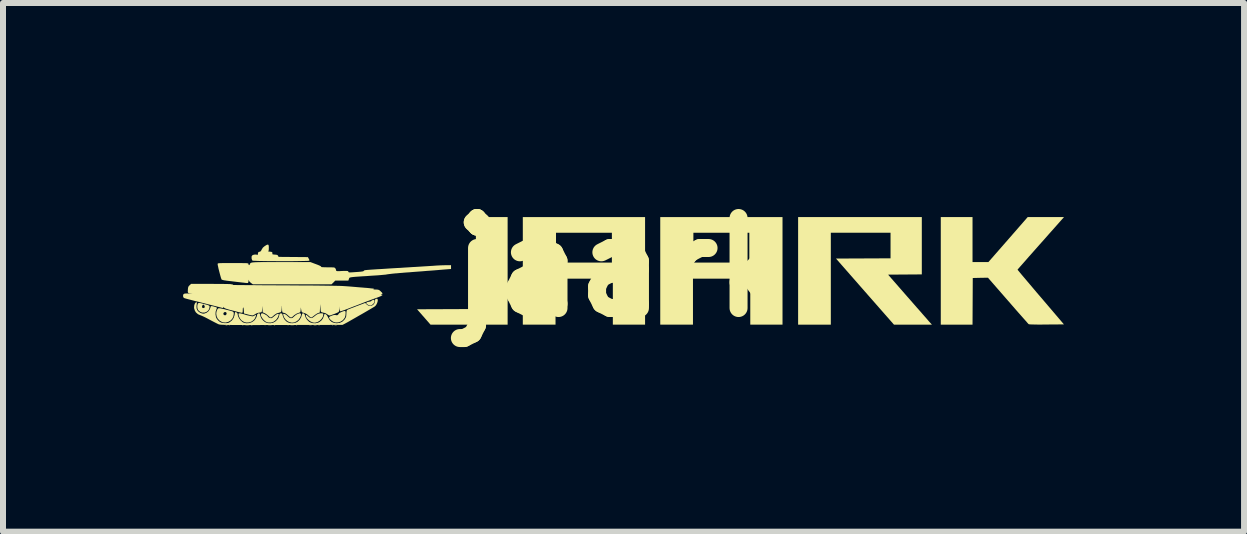
<source format=kicad_pcb>
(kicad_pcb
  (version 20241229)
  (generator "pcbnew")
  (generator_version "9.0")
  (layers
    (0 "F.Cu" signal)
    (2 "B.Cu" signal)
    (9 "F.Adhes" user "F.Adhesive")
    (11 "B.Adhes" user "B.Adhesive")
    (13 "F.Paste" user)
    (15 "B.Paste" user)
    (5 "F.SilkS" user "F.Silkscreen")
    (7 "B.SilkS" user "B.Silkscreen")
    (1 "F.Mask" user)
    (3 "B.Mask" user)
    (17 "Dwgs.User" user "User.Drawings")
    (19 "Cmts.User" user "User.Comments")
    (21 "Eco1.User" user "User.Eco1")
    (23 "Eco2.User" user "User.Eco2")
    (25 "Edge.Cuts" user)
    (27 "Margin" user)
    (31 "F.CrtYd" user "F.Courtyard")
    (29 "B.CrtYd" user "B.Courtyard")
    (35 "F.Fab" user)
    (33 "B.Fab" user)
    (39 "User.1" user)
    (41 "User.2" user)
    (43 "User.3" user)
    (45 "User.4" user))
  (footprint "jaark"
    (layer "F.Cu")
    (at 7.327 1.404)
    (property "Reference" "jaark" (at 0 0 0) (layer "F.SilkS") (effects (font (size 1.5 1.5) (thickness 0.3))))
    (attr board_only exclude_from_pos_files exclude_from_bom)
    (fp_poly (pts (xy -5.179 0.975) (xy -5.183 0.979) (xy -5.187 0.975) (xy -5.183 0.971)) (stroke (width 0) (type solid)) (fill yes) (layer "F.SilkS"))
    (fp_poly (pts (xy -6.548 0.974) (xy -6.55 0.978) (xy -6.558 0.978) (xy -6.566 0.976) (xy -6.563 0.974) (xy -6.55 0.973)) (stroke (width 0) (type solid)) (fill yes) (layer "F.SilkS"))
    (fp_poly (pts (xy -6.322 0.974) (xy -6.321 0.977) (xy -6.332 0.978) (xy -6.343 0.977) (xy -6.342 0.974) (xy -6.326 0.973)) (stroke (width 0) (type solid)) (fill yes) (layer "F.SilkS"))
    (fp_poly (pts (xy -6.172 0.974) (xy -6.171 0.977) (xy -6.182 0.978) (xy -6.193 0.977) (xy -6.192 0.974) (xy -6.176 0.973)) (stroke (width 0) (type solid)) (fill yes) (layer "F.SilkS"))
    (fp_poly (pts (xy -5.956 0.974) (xy -5.957 0.978) (xy -5.961 0.979) (xy -5.968 0.976) (xy -5.966 0.974) (xy -5.957 0.973)) (stroke (width 0) (type solid)) (fill yes) (layer "F.SilkS"))
    (fp_poly (pts (xy -5.793 0.974) (xy -5.792 0.977) (xy -5.803 0.978) (xy -5.814 0.977) (xy -5.813 0.974) (xy -5.797 0.973)) (stroke (width 0) (type solid)) (fill yes) (layer "F.SilkS"))
    (fp_poly (pts (xy -5.569 0.974) (xy -5.571 0.978) (xy -5.579 0.978) (xy -5.587 0.976) (xy -5.584 0.974) (xy -5.571 0.973)) (stroke (width 0) (type solid)) (fill yes) (layer "F.SilkS"))
    (fp_poly (pts (xy -5.426 0.974) (xy -5.429 0.978) (xy -5.437 0.978) (xy -5.445 0.976) (xy -5.442 0.974) (xy -5.429 0.973)) (stroke (width 0) (type solid)) (fill yes) (layer "F.SilkS"))
    (fp_poly (pts (xy -5.201 0.974) (xy -5.2 0.977) (xy -5.211 0.978) (xy -5.222 0.977) (xy -5.221 0.974) (xy -5.205 0.973)) (stroke (width 0) (type solid)) (fill yes) (layer "F.SilkS"))
    (fp_poly (pts (xy -5.051 0.974) (xy -5.05 0.977) (xy -5.061 0.978) (xy -5.072 0.977) (xy -5.071 0.974) (xy -5.055 0.973)) (stroke (width 0) (type solid)) (fill yes) (layer "F.SilkS"))
    (fp_poly (pts (xy -4.826 0.974) (xy -4.829 0.978) (xy -4.837 0.978) (xy -4.845 0.976) (xy -4.841 0.974) (xy -4.829 0.973)) (stroke (width 0) (type solid)) (fill yes) (layer "F.SilkS"))
    (fp_poly (pts (xy -6.587 0.974) (xy -6.585 0.976) (xy -6.596 0.977) (xy -6.605 0.977) (xy -6.62 0.976) (xy -6.622 0.974) (xy -6.618 0.973) (xy -6.598 0.972)) (stroke (width 0) (type solid)) (fill yes) (layer "F.SilkS"))
    (fp_poly (pts (xy -4.767 0.973) (xy -4.763 0.975) (xy -4.773 0.977) (xy -4.785 0.977) (xy -4.802 0.976) (xy -4.806 0.975) (xy -4.802 0.973) (xy -4.779 0.972)) (stroke (width 0) (type solid)) (fill yes) (layer "F.SilkS"))
    (fp_poly (pts (xy -5.102 0.973) (xy -5.098 0.975) (xy -5.107 0.976) (xy -5.128 0.977) (xy -5.148 0.976) (xy -5.156 0.975) (xy -5.15 0.973) (xy -5.15 0.973) (xy -5.124 0.972)) (stroke (width 0) (type solid)) (fill yes) (layer "F.SilkS"))
    (fp_poly (pts (xy -6.233 0.973) (xy -6.232 0.973) (xy -6.224 0.975) (xy -6.231 0.976) (xy -6.25 0.976) (xy -6.257 0.976) (xy -6.28 0.976) (xy -6.292 0.975) (xy -6.29 0.974) (xy -6.287 0.973) (xy -6.261 0.972)) (stroke (width 0) (type solid)) (fill yes) (layer "F.SilkS"))
    (fp_poly (pts (xy -5.854 0.973) (xy -5.853 0.973) (xy -5.845 0.975) (xy -5.852 0.976) (xy -5.871 0.976) (xy -5.878 0.976) (xy -5.901 0.976) (xy -5.913 0.975) (xy -5.911 0.974) (xy -5.908 0.973) (xy -5.882 0.972)) (stroke (width 0) (type solid)) (fill yes) (layer "F.SilkS"))
    (fp_poly (pts (xy -5.483 0.973) (xy -5.482 0.973) (xy -5.474 0.975) (xy -5.481 0.976) (xy -5.5 0.976) (xy -5.507 0.976) (xy -5.53 0.976) (xy -5.542 0.975) (xy -5.539 0.974) (xy -5.537 0.973) (xy -5.511 0.972)) (stroke (width 0) (type solid)) (fill yes) (layer "F.SilkS"))
    (fp_poly (pts (xy -1.919 0.059) (xy -1.919 0.955) (xy -2.561 0.955) (xy -3.204 0.955) (xy -3.316 0.827) (xy -3.428 0.699) (xy -2.938 0.697) (xy -2.448 0.695) (xy -2.448 -0.071) (xy -2.448 -0.837) (xy -2.183 -0.837) (xy -1.919 -0.837)) (stroke (width 0) (type solid)) (fill yes) (layer "F.SilkS"))
    (fp_poly (pts (xy -4.142 0.543) (xy -4.136 0.559) (xy -4.14 0.581) (xy -4.154 0.604) (xy -4.165 0.615) (xy -4.189 0.633) (xy -4.209 0.638) (xy -4.231 0.632) (xy -4.245 0.624) (xy -4.263 0.612) (xy -4.274 0.603) (xy -4.274 0.602) (xy -4.274 0.591) (xy -4.261 0.581) (xy -4.24 0.575) (xy -4.228 0.573) (xy -4.207 0.57) (xy -4.195 0.564) (xy -4.194 0.563) (xy -4.183 0.554) (xy -4.166 0.545) (xy -4.15 0.541)) (stroke (width 0) (type solid)) (fill yes) (layer "F.SilkS"))
    (fp_poly (pts (xy 0.371 0.059) (xy 0.371 0.955) (xy 0.103 0.955) (xy -0.166 0.955) (xy -0.166 0.572) (xy -0.166 0.189) (xy -0.643 0.189) (xy -1.121 0.189) (xy -1.121 0.572) (xy -1.121 0.955) (xy -1.394 0.955) (xy -1.666 0.955) (xy -1.666 0.059) (xy -1.666 -0.328) (xy -1.113 -0.328) (xy -1.113 -0.079) (xy -0.647 -0.079) (xy -0.182 -0.079) (xy -0.182 -0.328) (xy -0.182 -0.576) (xy -0.647 -0.576) (xy -1.113 -0.576) (xy -1.113 -0.328) (xy -1.666 -0.328) (xy -1.666 -0.837) (xy -0.647 -0.837) (xy 0.371 -0.837)) (stroke (width 0) (type solid)) (fill yes) (layer "F.SilkS"))
    (fp_poly (pts (xy 2.661 0.059) (xy 2.661 0.955) (xy 2.392 0.955) (xy 2.124 0.955) (xy 2.124 0.572) (xy 2.124 0.189) (xy 1.646 0.189) (xy 1.169 0.189) (xy 1.169 0.572) (xy 1.169 0.955) (xy 0.896 0.955) (xy 0.624 0.955) (xy 0.624 0.059) (xy 0.624 -0.328) (xy 1.176 -0.328) (xy 1.176 -0.079) (xy 1.642 -0.079) (xy 2.108 -0.079) (xy 2.108 -0.328) (xy 2.108 -0.576) (xy 1.642 -0.576) (xy 1.176 -0.576) (xy 1.176 -0.328) (xy 0.624 -0.328) (xy 0.624 -0.837) (xy 1.642 -0.837) (xy 2.661 -0.837)) (stroke (width 0) (type solid)) (fill yes) (layer "F.SilkS"))
    (fp_poly (pts (xy -5.004 0.767) (xy -4.993 0.771) (xy -4.99 0.78) (xy -4.99 0.786) (xy -4.997 0.822) (xy -5.017 0.856) (xy -5.046 0.887) (xy -5.081 0.909) (xy -5.098 0.915) (xy -5.126 0.922) (xy -5.147 0.922) (xy -5.171 0.917) (xy -5.173 0.916) (xy -5.206 0.901) (xy -5.236 0.879) (xy -5.261 0.852) (xy -5.278 0.824) (xy -5.282 0.804) (xy -5.28 0.793) (xy -5.274 0.791) (xy -5.26 0.801) (xy -5.242 0.818) (xy -5.215 0.839) (xy -5.191 0.846) (xy -5.167 0.838) (xy -5.141 0.819) (xy -5.105 0.79) (xy -5.072 0.773) (xy -5.038 0.766) (xy -5.026 0.766)) (stroke (width 0) (type solid)) (fill yes) (layer "F.SilkS"))
    (fp_poly (pts (xy -6.38 0.767) (xy -6.369 0.768) (xy -6.338 0.775) (xy -6.306 0.784) (xy -6.3 0.786) (xy -6.273 0.795) (xy -6.248 0.801) (xy -6.242 0.802) (xy -6.218 0.807) (xy -6.191 0.813) (xy -6.191 0.813) (xy -6.17 0.817) (xy -6.151 0.812) (xy -6.136 0.804) (xy -6.109 0.787) (xy -6.114 0.813) (xy -6.129 0.851) (xy -6.156 0.883) (xy -6.191 0.906) (xy -6.232 0.919) (xy -6.274 0.92) (xy -6.303 0.913) (xy -6.329 0.9) (xy -6.351 0.885) (xy -6.354 0.883) (xy -6.373 0.86) (xy -6.39 0.83) (xy -6.401 0.8) (xy -6.403 0.783) (xy -6.402 0.771) (xy -6.396 0.766)) (stroke (width 0) (type solid)) (fill yes) (layer "F.SilkS"))
    (fp_poly (pts (xy -5.365 0.772) (xy -5.361 0.789) (xy -5.367 0.814) (xy -5.377 0.836) (xy -5.403 0.874) (xy -5.439 0.902) (xy -5.47 0.916) (xy -5.494 0.921) (xy -5.514 0.922) (xy -5.536 0.918) (xy -5.552 0.914) (xy -5.585 0.899) (xy -5.616 0.873) (xy -5.64 0.841) (xy -5.652 0.814) (xy -5.657 0.793) (xy -5.659 0.779) (xy -5.658 0.776) (xy -5.645 0.774) (xy -5.626 0.781) (xy -5.602 0.797) (xy -5.584 0.814) (xy -5.555 0.839) (xy -5.53 0.848) (xy -5.505 0.843) (xy -5.48 0.822) (xy -5.476 0.818) (xy -5.447 0.793) (xy -5.414 0.775) (xy -5.383 0.766) (xy -5.377 0.766)) (stroke (width 0) (type solid)) (fill yes) (layer "F.SilkS"))
    (fp_poly (pts (xy -4.622 0.733) (xy -4.618 0.751) (xy -4.619 0.776) (xy -4.622 0.804) (xy -4.629 0.83) (xy -4.637 0.846) (xy -4.664 0.88) (xy -4.7 0.904) (xy -4.742 0.918) (xy -4.785 0.919) (xy -4.811 0.913) (xy -4.836 0.9) (xy -4.861 0.882) (xy -4.881 0.862) (xy -4.893 0.844) (xy -4.895 0.836) (xy -4.888 0.825) (xy -4.87 0.814) (xy -4.846 0.804) (xy -4.819 0.796) (xy -4.796 0.793) (xy -4.781 0.796) (xy -4.76 0.799) (xy -4.743 0.788) (xy -4.732 0.771) (xy -4.721 0.761) (xy -4.7 0.75) (xy -4.674 0.738) (xy -4.649 0.73) (xy -4.63 0.726) (xy -4.629 0.726)) (stroke (width 0) (type solid)) (fill yes) (layer "F.SilkS"))
    (fp_poly (pts (xy 4.982 -0.359) (xy 4.982 0.118) (xy 4.701 0.12) (xy 4.42 0.122) (xy 4.738 0.486) (xy 4.796 0.552) (xy 4.852 0.616) (xy 4.905 0.677) (xy 4.955 0.733) (xy 4.999 0.784) (xy 5.037 0.827) (xy 5.068 0.862) (xy 5.09 0.888) (xy 5.102 0.902) (xy 5.15 0.955) (xy 4.834 0.955) (xy 4.518 0.955) (xy 4.035 0.405) (xy 3.552 -0.146) (xy 4.006 -0.148) (xy 4.461 -0.15) (xy 4.461 -0.363) (xy 4.461 -0.576) (xy 3.964 -0.576) (xy 3.466 -0.576) (xy 3.466 0.189) (xy 3.466 0.955) (xy 3.194 0.955) (xy 2.921 0.955) (xy 2.921 0.059) (xy 2.921 -0.837) (xy 3.952 -0.837) (xy 4.982 -0.837)) (stroke (width 0) (type solid)) (fill yes) (layer "F.SilkS"))
    (fp_poly (pts (xy -5.99 0.77) (xy -5.969 0.78) (xy -5.946 0.793) (xy -5.926 0.806) (xy -5.915 0.818) (xy -5.914 0.821) (xy -5.907 0.83) (xy -5.891 0.839) (xy -5.871 0.846) (xy -5.854 0.847) (xy -5.851 0.847) (xy -5.839 0.839) (xy -5.82 0.824) (xy -5.806 0.813) (xy -5.78 0.792) (xy -5.757 0.778) (xy -5.74 0.775) (xy -5.734 0.777) (xy -5.732 0.789) (xy -5.738 0.809) (xy -5.749 0.834) (xy -5.764 0.858) (xy -5.778 0.876) (xy -5.816 0.905) (xy -5.859 0.92) (xy -5.906 0.92) (xy -5.928 0.915) (xy -5.954 0.902) (xy -5.98 0.88) (xy -6.003 0.853) (xy -6.021 0.825) (xy -6.03 0.798) (xy -6.029 0.777) (xy -6.019 0.768) (xy -6.006 0.766)) (stroke (width 0) (type solid)) (fill yes) (layer "F.SilkS"))
    (fp_poly (pts (xy -7.055 0.593) (xy -7.035 0.597) (xy -7.004 0.604) (xy -6.996 0.607) (xy -6.952 0.618) (xy -6.922 0.626) (xy -6.903 0.633) (xy -6.891 0.64) (xy -6.886 0.648) (xy -6.885 0.658) (xy -6.885 0.661) (xy -6.892 0.695) (xy -6.911 0.723) (xy -6.939 0.744) (xy -6.972 0.755) (xy -7.007 0.755) (xy -7.04 0.743) (xy -7.061 0.727) (xy -7.077 0.71) (xy -7.077 0.71) (xy -7.086 0.687) (xy -7.09 0.659) (xy -7.011 0.659) (xy -7.006 0.674) (xy -7.006 0.674) (xy -6.992 0.679) (xy -6.975 0.676) (xy -6.967 0.667) (xy -6.966 0.651) (xy -6.972 0.636) (xy -6.981 0.623) (xy -6.991 0.623) (xy -6.996 0.626) (xy -7.008 0.64) (xy -7.011 0.659) (xy -7.09 0.659) (xy -7.09 0.658) (xy -7.088 0.629) (xy -7.081 0.606) (xy -7.079 0.604) (xy -7.073 0.597) (xy -7.066 0.593)) (stroke (width 0) (type solid)) (fill yes) (layer "F.SilkS"))
    (fp_poly (pts (xy -6.701 0.685) (xy -6.668 0.692) (xy -6.63 0.7) (xy -6.621 0.703) (xy -6.572 0.715) (xy -6.536 0.725) (xy -6.511 0.732) (xy -6.495 0.739) (xy -6.487 0.746) (xy -6.483 0.755) (xy -6.482 0.767) (xy -6.482 0.78) (xy -6.49 0.822) (xy -6.509 0.859) (xy -6.539 0.889) (xy -6.576 0.91) (xy -6.617 0.92) (xy -6.66 0.917) (xy -6.675 0.913) (xy -6.717 0.889) (xy -6.749 0.856) (xy -6.768 0.815) (xy -6.774 0.774) (xy -6.774 0.771) (xy -6.656 0.771) (xy -6.652 0.787) (xy -6.642 0.796) (xy -6.623 0.8) (xy -6.608 0.79) (xy -6.601 0.772) (xy -6.601 0.77) (xy -6.607 0.752) (xy -6.617 0.746) (xy -6.636 0.746) (xy -6.649 0.756) (xy -6.656 0.771) (xy -6.774 0.771) (xy -6.771 0.743) (xy -6.762 0.714) (xy -6.75 0.692) (xy -6.738 0.682) (xy -6.726 0.682)) (stroke (width 0) (type solid)) (fill yes) (layer "F.SilkS"))
    (fp_poly (pts (xy 5.827 -0.462) (xy 5.827 -0.087) (xy 5.959 -0.087) (xy 6.091 -0.087) (xy 6.419 -0.462) (xy 6.746 -0.837) (xy 7.048 -0.837) (xy 7.351 -0.837) (xy 7.203 -0.67) (xy 7.106 -0.561) (xy 7.019 -0.462) (xy 6.941 -0.375) (xy 6.873 -0.298) (xy 6.813 -0.23) (xy 6.761 -0.172) (xy 6.717 -0.121) (xy 6.68 -0.079) (xy 6.649 -0.044) (xy 6.625 -0.017) (xy 6.606 0.005) (xy 6.592 0.021) (xy 6.583 0.032) (xy 6.578 0.038) (xy 6.577 0.04) (xy 6.582 0.046) (xy 6.597 0.064) (xy 6.62 0.092) (xy 6.651 0.129) (xy 6.689 0.174) (xy 6.733 0.226) (xy 6.783 0.285) (xy 6.838 0.35) (xy 6.896 0.419) (xy 6.958 0.491) (xy 6.964 0.498) (xy 7.35 0.951) (xy 7.061 0.953) (xy 6.979 0.954) (xy 6.912 0.954) (xy 6.858 0.953) (xy 6.817 0.952) (xy 6.788 0.951) (xy 6.77 0.949) (xy 6.761 0.946) (xy 6.761 0.946) (xy 6.754 0.939) (xy 6.738 0.921) (xy 6.713 0.892) (xy 6.68 0.855) (xy 6.641 0.811) (xy 6.595 0.759) (xy 6.545 0.702) (xy 6.491 0.64) (xy 6.434 0.574) (xy 6.417 0.555) (xy 6.084 0.173) (xy 5.958 0.175) (xy 5.831 0.178) (xy 5.829 0.567) (xy 5.827 0.955) (xy 5.562 0.955) (xy 5.298 0.955) (xy 5.298 0.059) (xy 5.298 -0.837) (xy 5.562 -0.837) (xy 5.827 -0.837)) (stroke (width 0) (type solid)) (fill yes) (layer "F.SilkS"))
    (fp_poly (pts (xy -5.904 -0.374) (xy -5.899 -0.356) (xy -5.898 -0.325) (xy -5.898 -0.324) (xy -5.899 -0.29) (xy -5.904 -0.27) (xy -5.908 -0.266) (xy -5.907 -0.263) (xy -5.893 -0.262) (xy -5.881 -0.261) (xy -5.853 -0.257) (xy -5.839 -0.247) (xy -5.838 -0.23) (xy -5.84 -0.225) (xy -5.839 -0.219) (xy -5.828 -0.215) (xy -5.806 -0.212) (xy -5.798 -0.212) (xy -5.771 -0.209) (xy -5.755 -0.205) (xy -5.747 -0.196) (xy -5.744 -0.192) (xy -5.736 -0.174) (xy -5.492 -0.172) (xy -5.247 -0.17) (xy -5.233 -0.144) (xy -5.224 -0.126) (xy -5.222 -0.112) (xy -5.223 -0.111) (xy -5.232 -0.109) (xy -5.255 -0.107) (xy -5.29 -0.106) (xy -5.336 -0.105) (xy -5.391 -0.104) (xy -5.454 -0.103) (xy -5.522 -0.102) (xy -5.595 -0.102) (xy -5.669 -0.102) (xy -5.744 -0.102) (xy -5.818 -0.103) (xy -5.89 -0.103) (xy -5.957 -0.104) (xy -6.018 -0.105) (xy -6.071 -0.106) (xy -6.115 -0.108) (xy -6.147 -0.109) (xy -6.167 -0.111) (xy -6.172 -0.113) (xy -6.179 -0.127) (xy -6.185 -0.148) (xy -6.185 -0.152) (xy -6.185 -0.181) (xy -6.172 -0.201) (xy -6.146 -0.211) (xy -6.123 -0.213) (xy -6.098 -0.211) (xy -6.087 -0.205) (xy -6.086 -0.203) (xy -6.085 -0.204) (xy -6.082 -0.217) (xy -6.08 -0.225) (xy -6.076 -0.246) (xy -6.068 -0.256) (xy -6.054 -0.259) (xy -6.038 -0.264) (xy -6.026 -0.278) (xy -6.017 -0.296) (xy -5.997 -0.328) (xy -5.967 -0.353) (xy -5.964 -0.355) (xy -5.935 -0.373) (xy -5.915 -0.379)) (stroke (width 0) (type solid)) (fill yes) (layer "F.SilkS"))
    (fp_poly (pts (xy -5.823 -0.087) (xy -5.726 -0.087) (xy -5.694 -0.087) (xy -5.204 -0.087) (xy -5.138 -0.062) (xy -5.092 -0.045) (xy -5.06 -0.032) (xy -5.039 -0.022) (xy -5.028 -0.015) (xy -5.025 -0.009) (xy -5.026 -0.007) (xy -5.02 -0.004) (xy -5 -0.002) (xy -4.968 -0.001) (xy -4.925 -0.000016) (xy -4.916 0) (xy -4.871 0.000121) (xy -4.839 0.001) (xy -4.818 0.002) (xy -4.805 0.005) (xy -4.796 0.009) (xy -4.791 0.015) (xy -4.789 0.018) (xy -4.78 0.036) (xy -4.777 0.05) (xy -4.776 0.056) (xy -4.771 0.06) (xy -4.761 0.063) (xy -4.742 0.063) (xy -4.712 0.063) (xy -4.677 0.061) (xy -4.636 0.06) (xy -4.607 0.06) (xy -4.59 0.061) (xy -4.58 0.063) (xy -4.575 0.068) (xy -4.573 0.072) (xy -4.57 0.08) (xy -4.562 0.084) (xy -4.547 0.085) (xy -4.521 0.084) (xy -4.505 0.083) (xy -4.447 0.079) (xy -4.403 0.076) (xy -4.37 0.073) (xy -4.348 0.07) (xy -4.333 0.068) (xy -4.323 0.065) (xy -4.318 0.061) (xy -4.315 0.058) (xy -4.313 0.055) (xy -4.309 0.052) (xy -4.304 0.05) (xy -4.296 0.048) (xy -4.282 0.046) (xy -4.262 0.044) (xy -4.234 0.042) (xy -4.197 0.039) (xy -4.15 0.036) (xy -4.091 0.032) (xy -4.018 0.028) (xy -3.956 0.024) (xy -3.898 0.02) (xy -3.833 0.016) (xy -3.766 0.012) (xy -3.704 0.009) (xy -3.691 0.008) (xy -3.634 0.004) (xy -3.57 0.000229) (xy -3.506 -0.004) (xy -3.448 -0.007) (xy -3.435 -0.008) (xy -3.384 -0.011) (xy -3.323 -0.015) (xy -3.258 -0.019) (xy -3.196 -0.023) (xy -3.162 -0.025) (xy -3.109 -0.029) (xy -3.055 -0.032) (xy -3.004 -0.034) (xy -2.962 -0.035) (xy -2.937 -0.035) (xy -2.862 -0.036) (xy -2.862 -0.004) (xy -2.862 0.028) (xy -2.929 0.033) (xy -2.954 0.035) (xy -2.992 0.038) (xy -3.04 0.042) (xy -3.097 0.047) (xy -3.159 0.052) (xy -3.224 0.057) (xy -3.257 0.059) (xy -3.352 0.067) (xy -3.433 0.073) (xy -3.501 0.078) (xy -3.558 0.083) (xy -3.605 0.086) (xy -3.644 0.089) (xy -3.676 0.092) (xy -3.703 0.094) (xy -3.727 0.096) (xy -3.748 0.098) (xy -3.768 0.1) (xy -3.789 0.101) (xy -3.798 0.102) (xy -3.839 0.106) (xy -3.879 0.111) (xy -3.913 0.115) (xy -3.931 0.118) (xy -3.954 0.122) (xy -3.989 0.125) (xy -4.032 0.129) (xy -4.078 0.133) (xy -4.093 0.134) (xy -4.19 0.14) (xy -4.272 0.146) (xy -4.341 0.15) (xy -4.397 0.154) (xy -4.443 0.157) (xy -4.479 0.16) (xy -4.507 0.163) (xy -4.527 0.166) (xy -4.541 0.169) (xy -4.55 0.172) (xy -4.556 0.176) (xy -4.559 0.18) (xy -4.56 0.186) (xy -4.562 0.191) (xy -4.563 0.194) (xy -4.573 0.221) (xy -4.682 0.221) (xy -4.791 0.221) (xy -4.822 0.253) (xy -4.854 0.284) (xy -5.509 0.284) (xy -6.163 0.284) (xy -6.196 0.26) (xy -6.221 0.237) (xy -6.232 0.216) (xy -6.232 0.215) (xy -6.234 0.206) (xy -6.236 0.213) (xy -6.236 0.227) (xy -6.239 0.25) (xy -6.247 0.261) (xy -6.262 0.262) (xy -6.262 0.262) (xy -6.271 0.261) (xy -6.293 0.259) (xy -6.323 0.255) (xy -6.345 0.253) (xy -6.387 0.248) (xy -6.432 0.243) (xy -6.471 0.238) (xy -6.482 0.237) (xy -6.521 0.232) (xy -6.565 0.227) (xy -6.607 0.222) (xy -6.608 0.221) (xy -6.64 0.217) (xy -6.666 0.211) (xy -6.682 0.205) (xy -6.685 0.203) (xy -6.689 0.193) (xy -6.697 0.17) (xy -6.706 0.138) (xy -6.716 0.101) (xy -6.726 0.062) (xy -6.736 0.023) (xy -6.743 -0.011) (xy -6.749 -0.038) (xy -6.751 -0.055) (xy -6.751 -0.055) (xy -6.75 -0.059) (xy -6.748 -0.063) (xy -6.743 -0.066) (xy -6.732 -0.068) (xy -6.715 -0.069) (xy -6.69 -0.07) (xy -6.655 -0.071) (xy -6.609 -0.071) (xy -6.55 -0.071) (xy -6.494 -0.071) (xy -6.424 -0.071) (xy -6.368 -0.071) (xy -6.324 -0.07) (xy -6.291 -0.07) (xy -6.268 -0.069) (xy -6.253 -0.067) (xy -6.244 -0.065) (xy -6.239 -0.062) (xy -6.238 -0.058) (xy -6.237 -0.056) (xy -6.234 -0.04) (xy -6.225 -0.036) (xy -6.216 -0.046) (xy -6.215 -0.049) (xy -6.212 -0.057) (xy -6.209 -0.064) (xy -6.204 -0.069) (xy -6.197 -0.074) (xy -6.186 -0.078) (xy -6.17 -0.081) (xy -6.148 -0.083) (xy -6.119 -0.085) (xy -6.081 -0.086) (xy -6.034 -0.087) (xy -5.976 -0.087) (xy -5.906 -0.087)) (stroke (width 0) (type solid)) (fill yes) (layer "F.SilkS"))
    (fp_poly (pts (xy -4.09 0.525) (xy -4.083 0.538) (xy -4.083 0.56) (xy -4.09 0.586) (xy -4.102 0.614) (xy -4.118 0.638) (xy -4.134 0.653) (xy -4.147 0.661) (xy -4.172 0.676) (xy -4.206 0.696) (xy -4.247 0.72) (xy -4.295 0.748) (xy -4.345 0.777) (xy -4.398 0.807) (xy -4.45 0.837) (xy -4.499 0.865) (xy -4.543 0.89) (xy -4.581 0.912) (xy -4.611 0.928) (xy -4.627 0.937) (xy -4.67 0.959) (xy -5.685 0.961) (xy -5.833 0.961) (xy -5.965 0.961) (xy -6.084 0.962) (xy -6.189 0.962) (xy -6.282 0.962) (xy -6.364 0.961) (xy -6.434 0.961) (xy -6.494 0.961) (xy -6.546 0.96) (xy -6.589 0.96) (xy -6.624 0.959) (xy -6.653 0.958) (xy -6.676 0.957) (xy -6.694 0.956) (xy -6.708 0.955) (xy -6.718 0.953) (xy -6.726 0.951) (xy -6.733 0.95) (xy -6.735 0.949) (xy -6.754 0.94) (xy -6.784 0.925) (xy -6.821 0.906) (xy -6.861 0.885) (xy -6.882 0.874) (xy -6.923 0.852) (xy -6.962 0.832) (xy -6.996 0.816) (xy -7.021 0.805) (xy -7.029 0.802) (xy -7.077 0.782) (xy -7.112 0.752) (xy -7.13 0.723) (xy -7.144 0.678) (xy -7.141 0.635) (xy -7.132 0.608) (xy -7.12 0.59) (xy -7.108 0.581) (xy -7.099 0.582) (xy -7.097 0.593) (xy -7.097 0.596) (xy -7.103 0.647) (xy -7.101 0.687) (xy -7.088 0.717) (xy -7.066 0.741) (xy -7.041 0.757) (xy -7.013 0.768) (xy -6.989 0.772) (xy -6.971 0.77) (xy -6.936 0.757) (xy -6.904 0.732) (xy -6.882 0.701) (xy -6.877 0.688) (xy -6.87 0.667) (xy -6.866 0.652) (xy -6.865 0.65) (xy -6.859 0.646) (xy -6.843 0.647) (xy -6.816 0.653) (xy -6.791 0.66) (xy -6.772 0.667) (xy -6.764 0.67) (xy -6.764 0.68) (xy -6.77 0.698) (xy -6.772 0.703) (xy -6.784 0.739) (xy -6.786 0.782) (xy -6.78 0.823) (xy -6.77 0.849) (xy -6.753 0.873) (xy -6.73 0.896) (xy -6.72 0.904) (xy -6.697 0.918) (xy -6.675 0.925) (xy -6.645 0.929) (xy -6.634 0.93) (xy -6.601 0.93) (xy -6.578 0.927) (xy -6.558 0.919) (xy -6.55 0.914) (xy -6.512 0.884) (xy -6.485 0.845) (xy -6.47 0.8) (xy -6.468 0.79) (xy -6.465 0.767) (xy -6.462 0.751) (xy -6.46 0.747) (xy -6.446 0.747) (xy -6.431 0.755) (xy -6.42 0.767) (xy -6.419 0.772) (xy -6.412 0.81) (xy -6.394 0.849) (xy -6.367 0.885) (xy -6.336 0.912) (xy -6.319 0.921) (xy -6.274 0.932) (xy -6.226 0.929) (xy -6.181 0.914) (xy -6.144 0.889) (xy -6.127 0.869) (xy -6.11 0.843) (xy -6.099 0.817) (xy -6.095 0.799) (xy -6.089 0.779) (xy -6.072 0.767) (xy -6.063 0.766) (xy -6.054 0.768) (xy -6.047 0.776) (xy -6.042 0.794) (xy -6.036 0.818) (xy -6.024 0.847) (xy -6.002 0.877) (xy -5.973 0.903) (xy -5.951 0.917) (xy -5.911 0.93) (xy -5.867 0.931) (xy -5.825 0.922) (xy -5.79 0.903) (xy -5.759 0.874) (xy -5.739 0.847) (xy -5.728 0.816) (xy -5.726 0.805) (xy -5.721 0.783) (xy -5.714 0.772) (xy -5.701 0.768) (xy -5.698 0.767) (xy -5.681 0.769) (xy -5.674 0.775) (xy -5.67 0.789) (xy -5.664 0.811) (xy -5.662 0.819) (xy -5.642 0.862) (xy -5.61 0.898) (xy -5.58 0.917) (xy -5.54 0.93) (xy -5.495 0.931) (xy -5.451 0.922) (xy -5.419 0.906) (xy -5.384 0.873) (xy -5.359 0.83) (xy -5.349 0.795) (xy -5.342 0.773) (xy -5.331 0.766) (xy -5.331 0.766) (xy -5.312 0.77) (xy -5.301 0.785) (xy -5.295 0.806) (xy -5.282 0.841) (xy -5.259 0.876) (xy -5.229 0.905) (xy -5.211 0.916) (xy -5.169 0.93) (xy -5.122 0.932) (xy -5.077 0.922) (xy -5.056 0.912) (xy -5.021 0.885) (xy -4.996 0.851) (xy -4.982 0.813) (xy -4.975 0.792) (xy -4.971 0.778) (xy -4.97 0.775) (xy -4.963 0.777) (xy -4.949 0.782) (xy -4.933 0.796) (xy -4.916 0.823) (xy -4.91 0.837) (xy -4.883 0.881) (xy -4.849 0.911) (xy -4.806 0.927) (xy -4.765 0.932) (xy -4.716 0.925) (xy -4.674 0.906) (xy -4.639 0.873) (xy -4.631 0.862) (xy -4.618 0.841) (xy -4.61 0.821) (xy -4.607 0.796) (xy -4.606 0.772) (xy -4.604 0.739) (xy -4.6 0.72) (xy -4.593 0.71) (xy -4.592 0.709) (xy -4.581 0.704) (xy -4.557 0.694) (xy -4.524 0.681) (xy -4.484 0.666) (xy -4.439 0.648) (xy -4.435 0.647) (xy -4.292 0.593) (xy -4.271 0.615) (xy -4.243 0.636) (xy -4.213 0.644) (xy -4.183 0.639) (xy -4.157 0.623) (xy -4.138 0.598) (xy -4.13 0.565) (xy -4.129 0.559) (xy -4.127 0.538) (xy -4.119 0.527) (xy -4.114 0.525) (xy -4.097 0.523)) (stroke (width 0) (type solid)) (fill yes) (layer "F.SilkS"))
    (fp_poly (pts (xy -6.748 0.277) (xy -6.668 0.277) (xy -6.602 0.278) (xy -6.552 0.279) (xy -6.516 0.281) (xy -6.495 0.282) (xy -6.49 0.284) (xy -6.497 0.289) (xy -6.516 0.292) (xy -6.536 0.294) (xy -6.534 0.294) (xy -6.517 0.295) (xy -6.486 0.295) (xy -6.443 0.295) (xy -6.387 0.296) (xy -6.32 0.296) (xy -6.242 0.297) (xy -6.155 0.297) (xy -6.06 0.298) (xy -5.957 0.299) (xy -5.848 0.299) (xy -5.732 0.3) (xy -5.653 0.3) (xy -5.507 0.301) (xy -5.375 0.302) (xy -5.257 0.302) (xy -5.152 0.303) (xy -5.059 0.304) (xy -4.977 0.305) (xy -4.905 0.306) (xy -4.842 0.307) (xy -4.787 0.308) (xy -4.739 0.309) (xy -4.697 0.31) (xy -4.66 0.312) (xy -4.627 0.314) (xy -4.598 0.316) (xy -4.571 0.318) (xy -4.568 0.318) (xy -4.51 0.323) (xy -4.45 0.328) (xy -4.392 0.333) (xy -4.34 0.337) (xy -4.307 0.34) (xy -4.265 0.343) (xy -4.225 0.347) (xy -4.191 0.351) (xy -4.169 0.353) (xy -4.169 0.353) (xy -4.149 0.357) (xy -4.142 0.359) (xy -4.149 0.363) (xy -4.153 0.364) (xy -4.158 0.367) (xy -4.147 0.369) (xy -4.121 0.37) (xy -4.12 0.37) (xy -4.09 0.371) (xy -4.07 0.375) (xy -4.054 0.383) (xy -4.036 0.398) (xy -4.035 0.4) (xy -4.014 0.42) (xy -4.005 0.433) (xy -4.007 0.442) (xy -4.02 0.45) (xy -4.021 0.45) (xy -4.033 0.455) (xy -4.03 0.457) (xy -4.019 0.458) (xy -3.999 0.459) (xy -4.018 0.472) (xy -4.034 0.481) (xy -4.06 0.492) (xy -4.091 0.504) (xy -4.097 0.506) (xy -4.136 0.52) (xy -4.187 0.539) (xy -4.246 0.561) (xy -4.31 0.585) (xy -4.376 0.611) (xy -4.44 0.636) (xy -4.481 0.651) (xy -4.537 0.673) (xy -4.589 0.693) (xy -4.633 0.71) (xy -4.669 0.722) (xy -4.694 0.731) (xy -4.706 0.734) (xy -4.707 0.734) (xy -4.711 0.727) (xy -4.714 0.709) (xy -4.716 0.693) (xy -4.719 0.651) (xy -4.72 0.692) (xy -4.725 0.725) (xy -4.735 0.744) (xy -4.735 0.744) (xy -4.749 0.752) (xy -4.773 0.763) (xy -4.804 0.776) (xy -4.838 0.788) (xy -4.87 0.8) (xy -4.881 0.803) (xy -4.896 0.801) (xy -4.916 0.789) (xy -4.919 0.786) (xy -4.941 0.772) (xy -4.962 0.762) (xy -4.965 0.761) (xy -4.997 0.754) (xy -5.018 0.748) (xy -5.029 0.74) (xy -5.034 0.726) (xy -5.036 0.704) (xy -5.037 0.679) (xy -5.041 0.612) (xy -5.045 0.683) (xy -5.049 0.753) (xy -5.075 0.761) (xy -5.094 0.77) (xy -5.119 0.786) (xy -5.14 0.802) (xy -5.163 0.82) (xy -5.181 0.832) (xy -5.192 0.837) (xy -5.204 0.832) (xy -5.221 0.818) (xy -5.235 0.806) (xy -5.267 0.779) (xy -5.302 0.763) (xy -5.33 0.755) (xy -5.343 0.75) (xy -5.351 0.74) (xy -5.356 0.72) (xy -5.358 0.709) (xy -5.365 0.667) (xy -5.367 0.709) (xy -5.37 0.733) (xy -5.374 0.746) (xy -5.383 0.753) (xy -5.391 0.755) (xy -5.435 0.772) (xy -5.476 0.799) (xy -5.491 0.813) (xy -5.508 0.828) (xy -5.524 0.836) (xy -5.528 0.837) (xy -5.54 0.832) (xy -5.559 0.818) (xy -5.578 0.801) (xy -5.6 0.782) (xy -5.622 0.767) (xy -5.636 0.761) (xy -5.655 0.757) (xy -5.667 0.754) (xy -5.673 0.744) (xy -5.677 0.721) (xy -5.678 0.685) (xy -5.679 0.656) (xy -5.68 0.642) (xy -5.681 0.642) (xy -5.682 0.656) (xy -5.682 0.667) (xy -5.685 0.704) (xy -5.688 0.728) (xy -5.694 0.742) (xy -5.704 0.75) (xy -5.72 0.754) (xy -5.722 0.755) (xy -5.767 0.768) (xy -5.806 0.794) (xy -5.824 0.81) (xy -5.843 0.826) (xy -5.86 0.836) (xy -5.865 0.837) (xy -5.878 0.832) (xy -5.897 0.818) (xy -5.906 0.808) (xy -5.931 0.787) (xy -5.958 0.769) (xy -5.967 0.765) (xy -6.001 0.749) (xy -6.002 0.696) (xy -6.003 0.643) (xy -6.008 0.692) (xy -6.011 0.719) (xy -6.015 0.738) (xy -6.018 0.746) (xy -6.028 0.75) (xy -6.048 0.754) (xy -6.055 0.755) (xy -6.082 0.76) (xy -6.108 0.77) (xy -6.138 0.788) (xy -6.144 0.792) (xy -6.154 0.798) (xy -6.165 0.801) (xy -6.179 0.801) (xy -6.2 0.797) (xy -6.232 0.79) (xy -6.239 0.788) (xy -6.312 0.769) (xy -6.315 0.716) (xy -6.318 0.686) (xy -6.322 0.67) (xy -6.327 0.67) (xy -6.331 0.685) (xy -6.332 0.715) (xy -6.332 0.715) (xy -6.333 0.74) (xy -6.337 0.754) (xy -6.344 0.758) (xy -6.345 0.758) (xy -6.357 0.756) (xy -6.381 0.751) (xy -6.415 0.743) (xy -6.456 0.732) (xy -6.498 0.721) (xy -6.55 0.708) (xy -6.588 0.697) (xy -6.615 0.688) (xy -6.632 0.681) (xy -6.642 0.674) (xy -6.647 0.668) (xy -6.653 0.658) (xy -6.655 0.661) (xy -6.655 0.665) (xy -6.658 0.677) (xy -6.66 0.679) (xy -6.669 0.677) (xy -6.69 0.672) (xy -6.72 0.664) (xy -6.756 0.655) (xy -6.757 0.655) (xy -6.79 0.646) (xy -6.835 0.635) (xy -6.889 0.621) (xy -6.949 0.606) (xy -7.012 0.59) (xy -7.07 0.575) (xy -7.128 0.561) (xy -7.181 0.547) (xy -7.228 0.535) (xy -7.266 0.525) (xy -7.294 0.517) (xy -7.308 0.512) (xy -7.309 0.511) (xy -7.323 0.499) (xy -7.327 0.477) (xy -7.325 0.459) (xy -7.319 0.447) (xy -7.305 0.439) (xy -7.282 0.436) (xy -7.246 0.436) (xy -7.223 0.437) (xy -7.194 0.438) (xy -7.175 0.438) (xy -7.17 0.438) (xy -7.177 0.437) (xy -7.211 0.434) (xy -7.233 0.43) (xy -7.244 0.422) (xy -7.248 0.408) (xy -7.247 0.385) (xy -7.247 0.374) (xy -7.244 0.344) (xy -7.239 0.325) (xy -7.23 0.311) (xy -7.218 0.299) (xy -7.193 0.276) (xy -6.841 0.276)) (stroke (width 0) (type solid)) (fill yes) (layer "F.SilkS")))
  (gr_rect
    (start -3 -3)
    (end 17.678 5.808)
    (stroke (width 0.1) (type default))
    (fill no)
    (layer "Edge.Cuts")))
</source>
